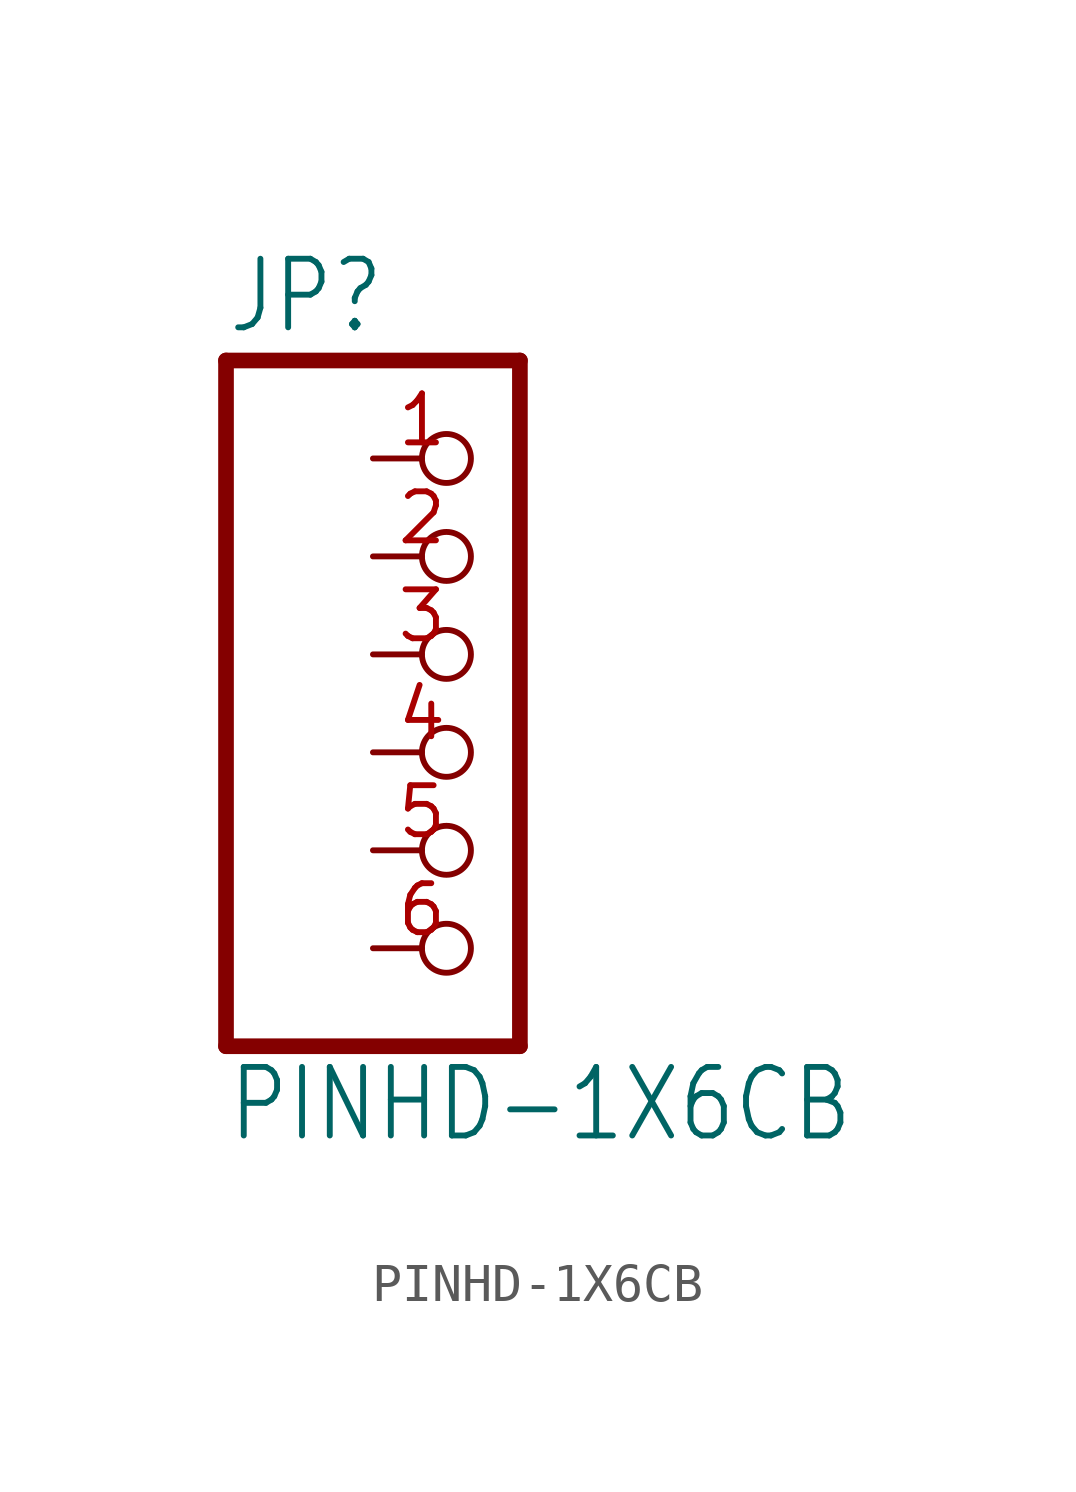
<source format=kicad_sym>
(kicad_symbol_lib
  (version 20211014)
  (generator kicad_symbol_editor)
  (symbol "PINHD-1X6CB"
    (property "Reference" "JP"
      (at -6.35 10.795 0)
      (effects (font (size 1.778 1.511)) (justify left bottom)))
    (property "Value" "PINHD-1X6CB"
      (at -6.35 -10.16 0)
      (effects (font (size 1.778 1.511)) (justify left bottom)))
    (property "ki_locked" ""
      (at 0 0 0)
      (effects (font (size 1.27 1.27))))
    (symbol "PINHD-1X6CB_1_0"
      (polyline (pts (xy -6.35 -7.62) (xy 1.27 -7.62)) (stroke (width 0.406) (type default) (color 0 0 0 0)) (fill (type none)))
      (polyline (pts (xy -6.35 10.16) (xy -6.35 -7.62)) (stroke (width 0.406) (type default) (color 0 0 0 0)) (fill (type none)))
      (polyline (pts (xy 1.27 -7.62) (xy 1.27 10.16)) (stroke (width 0.406) (type default) (color 0 0 0 0)) (fill (type none)))
      (polyline (pts (xy 1.27 10.16) (xy -6.35 10.16)) (stroke (width 0.406) (type default) (color 0 0 0 0)) (fill (type none)))
      (pin passive inverted (at -2.54 7.62 0) (length 2.54) (name "1" (effects (font (size 0 0)))) (number "1" (effects (font (size 1.27 1.27)))))
      (pin passive inverted (at -2.54 5.08 0) (length 2.54) (name "2" (effects (font (size 0 0)))) (number "2" (effects (font (size 1.27 1.27)))))
      (pin passive inverted (at -2.54 2.54 0) (length 2.54) (name "3" (effects (font (size 0 0)))) (number "3" (effects (font (size 1.27 1.27)))))
      (pin passive inverted (at -2.54 0 0) (length 2.54) (name "4" (effects (font (size 0 0)))) (number "4" (effects (font (size 1.27 1.27)))))
      (pin passive inverted (at -2.54 -2.54 0) (length 2.54) (name "5" (effects (font (size 0 0)))) (number "5" (effects (font (size 1.27 1.27)))))
      (pin passive inverted (at -2.54 -5.08 0) (length 2.54) (name "6" (effects (font (size 0 0)))) (number "6" (effects (font (size 1.27 1.27))))))))
</source>
